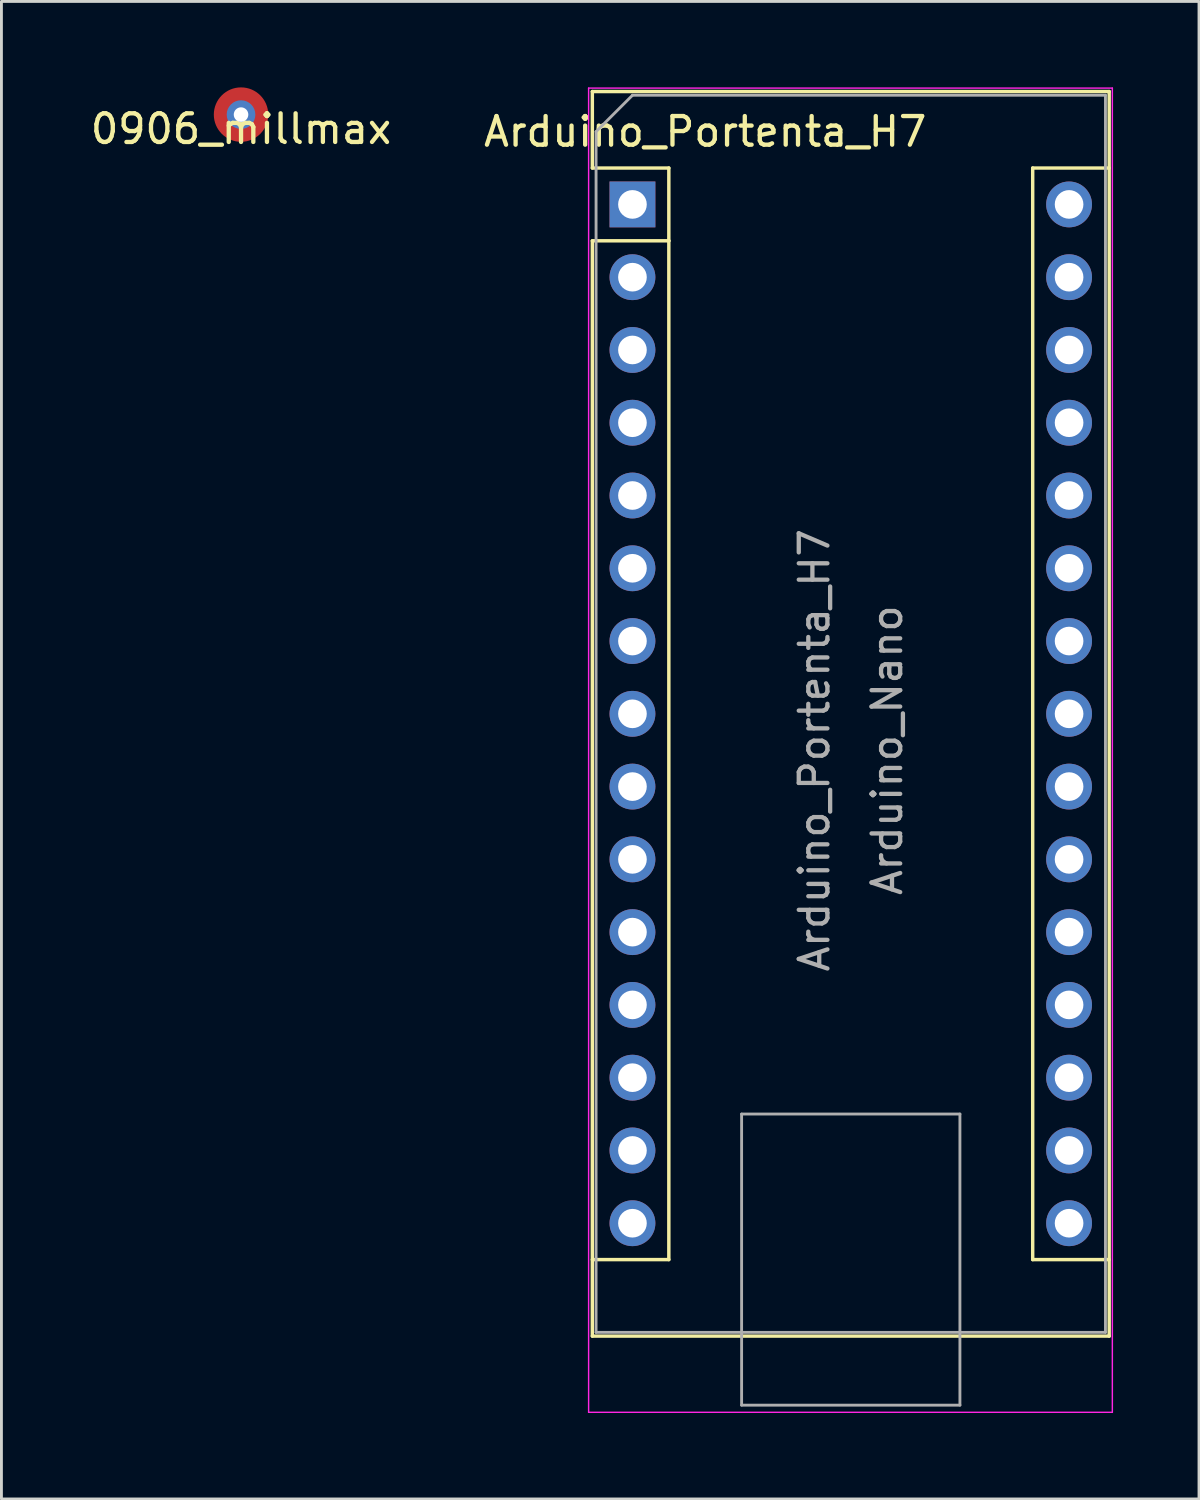
<source format=kicad_pcb>
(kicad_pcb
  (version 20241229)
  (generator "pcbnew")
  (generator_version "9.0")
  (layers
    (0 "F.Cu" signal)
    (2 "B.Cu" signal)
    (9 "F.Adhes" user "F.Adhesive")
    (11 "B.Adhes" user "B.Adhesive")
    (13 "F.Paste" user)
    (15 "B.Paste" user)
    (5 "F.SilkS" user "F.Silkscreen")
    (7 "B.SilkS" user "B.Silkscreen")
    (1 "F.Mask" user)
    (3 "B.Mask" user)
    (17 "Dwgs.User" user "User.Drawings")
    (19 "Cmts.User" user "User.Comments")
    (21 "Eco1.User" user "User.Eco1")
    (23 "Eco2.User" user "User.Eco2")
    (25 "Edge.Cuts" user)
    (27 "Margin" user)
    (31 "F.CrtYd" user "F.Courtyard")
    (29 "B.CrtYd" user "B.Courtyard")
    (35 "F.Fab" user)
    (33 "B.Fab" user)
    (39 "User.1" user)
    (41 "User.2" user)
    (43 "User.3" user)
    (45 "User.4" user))
  (footprint "0906_millmax"
    (layer "F.Cu")
    (at 5.363 0.95)
    (property "Reference" "0906_millmax" (at 0 0.5 0) (layer "F.SilkS") (effects (font (size 1 1) (thickness 0.15))))
    (attr through_hole)
    (pad "1" thru_hole circle (at 0 0) (size 1 1) (drill 0.508) (layers "*.Cu" "*.Mask"))
    (pad "1" smd circle (at 0 0) (size 1.9 1.9) (layers "F.Cu" "F.Paste")))
  (footprint "Arduino_Portenta_H7"
    (layer "F.Cu")
    (at 19.025 4.085)
    (property "Reference" "Arduino_Portenta_H7" (at 2.54 -2.54 0) (layer "F.SilkS") (effects (font (size 1 1) (thickness 0.15))))
    (attr through_hole)
    (fp_line (start -1.4 -3.94) (end -1.4 -1.27) (stroke (width 0.12) (type solid)) (layer "F.SilkS"))
    (fp_line (start -1.4 1.27) (end -1.4 39.5) (stroke (width 0.12) (type solid)) (layer "F.SilkS"))
    (fp_line (start -1.4 39.5) (end 16.64 39.5) (stroke (width 0.12) (type solid)) (layer "F.SilkS"))
    (fp_line (start 1.27 -1.27) (end -1.4 -1.27) (stroke (width 0.12) (type solid)) (layer "F.SilkS"))
    (fp_line (start 1.27 1.27) (end -1.4 1.27) (stroke (width 0.12) (type solid)) (layer "F.SilkS"))
    (fp_line (start 1.27 1.27) (end 1.27 -1.27) (stroke (width 0.12) (type solid)) (layer "F.SilkS"))
    (fp_line (start 1.27 1.27) (end 1.27 36.83) (stroke (width 0.12) (type solid)) (layer "F.SilkS"))
    (fp_line (start 1.27 36.83) (end -1.4 36.83) (stroke (width 0.12) (type solid)) (layer "F.SilkS"))
    (fp_line (start 13.97 -1.27) (end 13.97 36.83) (stroke (width 0.12) (type solid)) (layer "F.SilkS"))
    (fp_line (start 13.97 -1.27) (end 16.64 -1.27) (stroke (width 0.12) (type solid)) (layer "F.SilkS"))
    (fp_line (start 13.97 36.83) (end 16.64 36.83) (stroke (width 0.12) (type solid)) (layer "F.SilkS"))
    (fp_line (start 16.64 -3.94) (end -1.4 -3.94) (stroke (width 0.12) (type solid)) (layer "F.SilkS"))
    (fp_line (start 16.64 39.5) (end 16.64 -3.94) (stroke (width 0.12) (type solid)) (layer "F.SilkS"))
    (fp_line (start -1.53 -4.06) (end -1.53 42.16) (stroke (width 0.05) (type solid)) (layer "F.CrtYd"))
    (fp_line (start -1.53 -4.06) (end 16.75 -4.06) (stroke (width 0.05) (type solid)) (layer "F.CrtYd"))
    (fp_line (start 16.75 42.16) (end -1.53 42.16) (stroke (width 0.05) (type solid)) (layer "F.CrtYd"))
    (fp_line (start 16.75 42.16) (end 16.75 -4.06) (stroke (width 0.05) (type solid)) (layer "F.CrtYd"))
    (fp_line (start -1.27 -2.54) (end 0 -3.81) (stroke (width 0.1) (type solid)) (layer "F.Fab"))
    (fp_line (start -1.27 39.37) (end -1.27 -2.54) (stroke (width 0.1) (type solid)) (layer "F.Fab"))
    (fp_line (start 0 -3.81) (end 16.51 -3.81) (stroke (width 0.1) (type solid)) (layer "F.Fab"))
    (fp_line (start 3.81 31.75) (end 11.43 31.75) (stroke (width 0.1) (type solid)) (layer "F.Fab"))
    (fp_line (start 3.81 41.91) (end 3.81 31.75) (stroke (width 0.1) (type solid)) (layer "F.Fab"))
    (fp_line (start 11.43 31.75) (end 11.43 41.91) (stroke (width 0.1) (type solid)) (layer "F.Fab"))
    (fp_line (start 11.43 41.91) (end 3.81 41.91) (stroke (width 0.1) (type solid)) (layer "F.Fab"))
    (fp_line (start 16.51 -3.81) (end 16.51 39.37) (stroke (width 0.1) (type solid)) (layer "F.Fab"))
    (fp_line (start 16.51 39.37) (end -1.27 39.37) (stroke (width 0.1) (type solid)) (layer "F.Fab"))
    (fp_text user "${REFERENCE}" (at 6.35 19.05 90) (layer "F.Fab") (effects (font (size 1 1) (thickness 0.15))))
    (fp_text user "Arduino_Nano" (at 8.89 19.05 90) (layer "F.Fab") (effects (font (size 1 1) (thickness 0.15))))
    (pad "1" thru_hole rect (at 0 0) (size 1.6 1.6) (drill 1) (layers "*.Cu" "*.Mask"))
    (pad "2" thru_hole oval (at 0 2.54) (size 1.6 1.6) (drill 1) (layers "*.Cu" "*.Mask"))
    (pad "3" thru_hole oval (at 0 5.08) (size 1.6 1.6) (drill 1) (layers "*.Cu" "*.Mask"))
    (pad "4" thru_hole oval (at 0 7.62) (size 1.6 1.6) (drill 1) (layers "*.Cu" "*.Mask"))
    (pad "5" thru_hole oval (at 0 10.16) (size 1.6 1.6) (drill 1) (layers "*.Cu" "*.Mask"))
    (pad "6" thru_hole oval (at 0 12.7) (size 1.6 1.6) (drill 1) (layers "*.Cu" "*.Mask"))
    (pad "7" thru_hole oval (at 0 15.24) (size 1.6 1.6) (drill 1) (layers "*.Cu" "*.Mask"))
    (pad "8" thru_hole oval (at 0 17.78) (size 1.6 1.6) (drill 1) (layers "*.Cu" "*.Mask"))
    (pad "9" thru_hole oval (at 0 20.32) (size 1.6 1.6) (drill 1) (layers "*.Cu" "*.Mask"))
    (pad "10" thru_hole oval (at 0 22.86) (size 1.6 1.6) (drill 1) (layers "*.Cu" "*.Mask"))
    (pad "11" thru_hole oval (at 0 25.4) (size 1.6 1.6) (drill 1) (layers "*.Cu" "*.Mask"))
    (pad "12" thru_hole oval (at 0 27.94) (size 1.6 1.6) (drill 1) (layers "*.Cu" "*.Mask"))
    (pad "13" thru_hole oval (at 0 30.48) (size 1.6 1.6) (drill 1) (layers "*.Cu" "*.Mask"))
    (pad "14" thru_hole oval (at 0 33.02) (size 1.6 1.6) (drill 1) (layers "*.Cu" "*.Mask"))
    (pad "15" thru_hole oval (at 0 35.56) (size 1.6 1.6) (drill 1) (layers "*.Cu" "*.Mask"))
    (pad "16" thru_hole oval (at 15.24 35.56) (size 1.6 1.6) (drill 1) (layers "*.Cu" "*.Mask"))
    (pad "17" thru_hole oval (at 15.24 33.02) (size 1.6 1.6) (drill 1) (layers "*.Cu" "*.Mask"))
    (pad "18" thru_hole oval (at 15.24 30.48) (size 1.6 1.6) (drill 1) (layers "*.Cu" "*.Mask"))
    (pad "19" thru_hole oval (at 15.24 27.94) (size 1.6 1.6) (drill 1) (layers "*.Cu" "*.Mask"))
    (pad "20" thru_hole oval (at 15.24 25.4) (size 1.6 1.6) (drill 1) (layers "*.Cu" "*.Mask"))
    (pad "21" thru_hole oval (at 15.24 22.86) (size 1.6 1.6) (drill 1) (layers "*.Cu" "*.Mask"))
    (pad "22" thru_hole oval (at 15.24 20.32) (size 1.6 1.6) (drill 1) (layers "*.Cu" "*.Mask"))
    (pad "23" thru_hole oval (at 15.24 17.78) (size 1.6 1.6) (drill 1) (layers "*.Cu" "*.Mask"))
    (pad "24" thru_hole oval (at 15.24 15.24) (size 1.6 1.6) (drill 1) (layers "*.Cu" "*.Mask"))
    (pad "25" thru_hole oval (at 15.24 12.7) (size 1.6 1.6) (drill 1) (layers "*.Cu" "*.Mask"))
    (pad "26" thru_hole oval (at 15.24 10.16) (size 1.6 1.6) (drill 1) (layers "*.Cu" "*.Mask"))
    (pad "27" thru_hole oval (at 15.24 7.62) (size 1.6 1.6) (drill 1) (layers "*.Cu" "*.Mask"))
    (pad "28" thru_hole oval (at 15.24 5.08) (size 1.6 1.6) (drill 1) (layers "*.Cu" "*.Mask"))
    (pad "29" thru_hole oval (at 15.24 2.54) (size 1.6 1.6) (drill 1) (layers "*.Cu" "*.Mask"))
    (pad "30" thru_hole oval (at 15.24 0) (size 1.6 1.6) (drill 1) (layers "*.Cu" "*.Mask")))
  (gr_rect
    (start -3 -3)
    (end 38.8 49.27)
    (stroke (width 0.1) (type default))
    (fill no)
    (layer "Edge.Cuts")))
</source>
